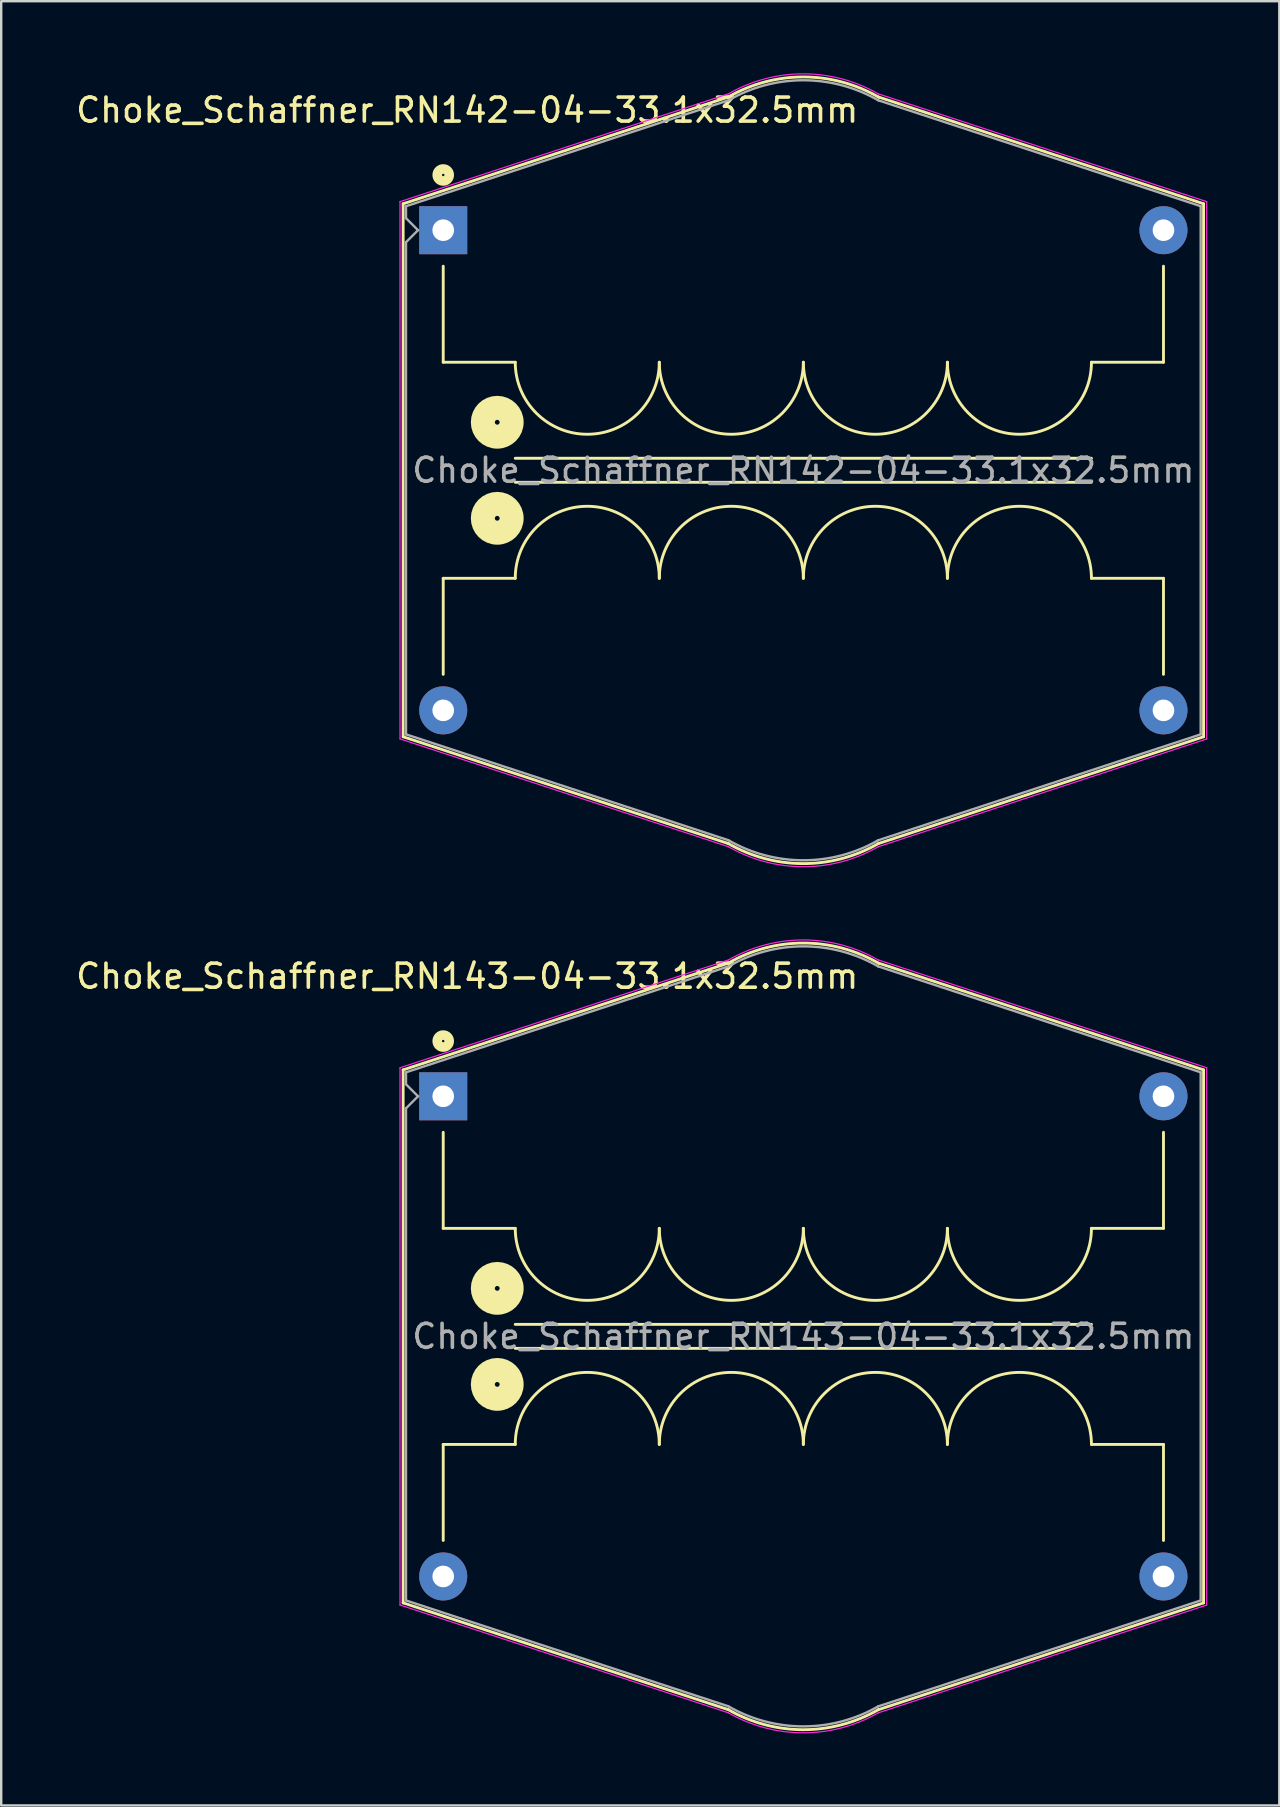
<source format=kicad_pcb>
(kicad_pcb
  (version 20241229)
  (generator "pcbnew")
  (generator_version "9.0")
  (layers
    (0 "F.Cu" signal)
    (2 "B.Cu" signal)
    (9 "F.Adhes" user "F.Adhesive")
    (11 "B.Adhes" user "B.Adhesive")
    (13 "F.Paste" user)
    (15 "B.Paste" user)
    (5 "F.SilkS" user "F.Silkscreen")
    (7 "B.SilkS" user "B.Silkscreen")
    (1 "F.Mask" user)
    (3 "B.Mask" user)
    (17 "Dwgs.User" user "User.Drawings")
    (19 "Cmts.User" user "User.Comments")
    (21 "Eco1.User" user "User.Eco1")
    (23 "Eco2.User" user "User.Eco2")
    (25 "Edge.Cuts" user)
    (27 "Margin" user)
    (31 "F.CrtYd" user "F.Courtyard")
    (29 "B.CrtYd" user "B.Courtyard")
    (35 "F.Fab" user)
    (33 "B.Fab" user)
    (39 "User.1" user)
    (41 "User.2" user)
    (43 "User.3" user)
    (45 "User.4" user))
  (footprint "Choke_Schaffner_RN142-04-33.1x32.5mm"
    (layer "F.Cu")
    (at 15.411 6.538)
    (property "Reference" "Choke_Schaffner_RN142-04-33.1x32.5mm" (at 1 -5 0) (layer "F.SilkS") (effects (font (size 1 1) (thickness 0.15))))
    (attr through_hole)
    (fp_line (start -1.67 -1.1) (end 11.88 -5.55) (stroke (width 0.12) (type solid)) (layer "F.SilkS"))
    (fp_line (start -1.67 21.1) (end -1.67 -1.1) (stroke (width 0.12) (type solid)) (layer "F.SilkS"))
    (fp_line (start 0 5.5) (end 0 1.5) (stroke (width 0.12) (type solid)) (layer "F.SilkS"))
    (fp_line (start 0 14.5) (end 0 18.5) (stroke (width 0.12) (type solid)) (layer "F.SilkS"))
    (fp_line (start 3 5.5) (end 0 5.5) (stroke (width 0.12) (type solid)) (layer "F.SilkS"))
    (fp_line (start 3 9.5) (end 27 9.5) (stroke (width 0.12) (type solid)) (layer "F.SilkS"))
    (fp_line (start 3 14.5) (end 0 14.5) (stroke (width 0.12) (type solid)) (layer "F.SilkS"))
    (fp_line (start 11.88 25.55) (end -1.67 21.1) (stroke (width 0.12) (type solid)) (layer "F.SilkS"))
    (fp_line (start 18.12 -5.55) (end 31.67 -1.1) (stroke (width 0.12) (type solid)) (layer "F.SilkS"))
    (fp_line (start 27 5.5) (end 30 5.5) (stroke (width 0.12) (type solid)) (layer "F.SilkS"))
    (fp_line (start 27 10.5) (end 3 10.5) (stroke (width 0.12) (type solid)) (layer "F.SilkS"))
    (fp_line (start 27 14.5) (end 30 14.5) (stroke (width 0.12) (type solid)) (layer "F.SilkS"))
    (fp_line (start 30 5.5) (end 30 1.5) (stroke (width 0.12) (type solid)) (layer "F.SilkS"))
    (fp_line (start 30 14.5) (end 30 18.5) (stroke (width 0.12) (type solid)) (layer "F.SilkS"))
    (fp_line (start 31.67 -1.1) (end 31.67 21.1) (stroke (width 0.12) (type solid)) (layer "F.SilkS"))
    (fp_line (start 31.67 21.1) (end 18.12 25.55) (stroke (width 0.12) (type solid)) (layer "F.SilkS"))
    (fp_arc (start 3 14.5) (mid 6 11.5) (end 9 14.5) (stroke (width 0.12) (type solid)) (layer "F.SilkS"))
    (fp_arc (start 9 5.5) (mid 6 8.5) (end 3 5.5) (stroke (width 0.12) (type solid)) (layer "F.SilkS"))
    (fp_arc (start 9 14.5) (mid 12 11.5) (end 15 14.5) (stroke (width 0.12) (type solid)) (layer "F.SilkS"))
    (fp_arc (start 11.88 -5.55) (mid 15.013001 -6.382518) (end 18.142518 -5.536999) (stroke (width 0.12) (type solid)) (layer "F.SilkS"))
    (fp_arc (start 15 5.5) (mid 12 8.5) (end 9 5.5) (stroke (width 0.12) (type solid)) (layer "F.SilkS"))
    (fp_arc (start 15 14.5) (mid 18 11.5) (end 21 14.5) (stroke (width 0.12) (type solid)) (layer "F.SilkS"))
    (fp_arc (start 18.12 25.55) (mid 14.986999 26.382518) (end 11.857482 25.536999) (stroke (width 0.12) (type solid)) (layer "F.SilkS"))
    (fp_arc (start 21 5.5) (mid 18 8.5) (end 15 5.5) (stroke (width 0.12) (type solid)) (layer "F.SilkS"))
    (fp_arc (start 21 14.5) (mid 24 11.5) (end 27 14.5) (stroke (width 0.12) (type solid)) (layer "F.SilkS"))
    (fp_arc (start 27 5.5) (mid 24 8.5) (end 21 5.5) (stroke (width 0.12) (type solid)) (layer "F.SilkS"))
    (fp_circle (center 0 -2.3) (end 0.05 -2.3) (stroke (width 0.4) (type solid)) (fill no) (layer "F.SilkS"))
    (fp_circle (center 2.25 8) (end 2.35 8) (stroke (width 1) (type solid)) (fill no) (layer "F.SilkS"))
    (fp_circle (center 2.25 12) (end 2.35 12) (stroke (width 1) (type solid)) (fill no) (layer "F.SilkS"))
    (fp_line (start -1.8 -1.19) (end 11.88 -5.68) (stroke (width 0.05) (type solid)) (layer "F.CrtYd"))
    (fp_line (start -1.8 21.19) (end -1.8 -1.19) (stroke (width 0.05) (type solid)) (layer "F.CrtYd"))
    (fp_line (start 11.88 25.68) (end -1.8 21.19) (stroke (width 0.05) (type solid)) (layer "F.CrtYd"))
    (fp_line (start 18.12 -5.68) (end 31.8 -1.19) (stroke (width 0.05) (type solid)) (layer "F.CrtYd"))
    (fp_line (start 31.8 -1.19) (end 31.8 21.19) (stroke (width 0.05) (type solid)) (layer "F.CrtYd"))
    (fp_line (start 31.8 21.19) (end 18.12 25.68) (stroke (width 0.05) (type solid)) (layer "F.CrtYd"))
    (fp_arc (start 11.88 -5.68) (mid 15.013001 -6.512518) (end 18.142518 -5.666999) (stroke (width 0.05) (type solid)) (layer "F.CrtYd"))
    (fp_arc (start 18.12 25.68) (mid 14.986999 26.512518) (end 11.857482 25.666999) (stroke (width 0.05) (type solid)) (layer "F.CrtYd"))
    (fp_line (start -1.55 -1) (end 11.88 -5.41) (stroke (width 0.1) (type solid)) (layer "F.Fab"))
    (fp_line (start -1.55 -0.5) (end -1.55 -1) (stroke (width 0.1) (type solid)) (layer "F.Fab"))
    (fp_line (start -1.55 0.5) (end -1.05 0) (stroke (width 0.1) (type solid)) (layer "F.Fab"))
    (fp_line (start -1.55 21) (end -1.55 0.5) (stroke (width 0.1) (type solid)) (layer "F.Fab"))
    (fp_line (start -1.05 0) (end -1.55 -0.5) (stroke (width 0.1) (type solid)) (layer "F.Fab"))
    (fp_line (start 11.88 25.41) (end -1.55 21) (stroke (width 0.1) (type solid)) (layer "F.Fab"))
    (fp_line (start 18.12 -5.41) (end 31.55 -1) (stroke (width 0.1) (type solid)) (layer "F.Fab"))
    (fp_line (start 31.55 -1) (end 31.55 21) (stroke (width 0.1) (type solid)) (layer "F.Fab"))
    (fp_line (start 31.55 21) (end 18.12 25.41) (stroke (width 0.1) (type solid)) (layer "F.Fab"))
    (fp_arc (start 11.88 -5.41) (mid 15.003001 -6.245197) (end 18.125197 -5.406999) (stroke (width 0.1) (type solid)) (layer "F.Fab"))
    (fp_arc (start 18.12 25.41) (mid 14.996999 26.245197) (end 11.874803 25.406999) (stroke (width 0.1) (type solid)) (layer "F.Fab"))
    (fp_text user "${REFERENCE}" (at 15 10 0) (layer "F.Fab") (effects (font (size 1 1) (thickness 0.15))))
    (pad "1" thru_hole rect (at 0 0) (size 2 2) (drill 0.9) (layers "*.Cu" "*.Mask"))
    (pad "2" thru_hole circle (at 30 0) (size 2 2) (drill 0.9) (layers "*.Cu" "*.Mask"))
    (pad "3" thru_hole circle (at 0 20) (size 2 2) (drill 0.9) (layers "*.Cu" "*.Mask"))
    (pad "4" thru_hole circle (at 30 20) (size 2 2) (drill 0.9) (layers "*.Cu" "*.Mask")))
  (footprint "Choke_Schaffner_RN143-04-33.1x32.5mm"
    (layer "F.Cu")
    (at 15.411 42.613)
    (property "Reference" "Choke_Schaffner_RN143-04-33.1x32.5mm" (at 1 -5 0) (layer "F.SilkS") (effects (font (size 1 1) (thickness 0.15))))
    (attr through_hole)
    (fp_line (start -1.67 -1.1) (end 11.88 -5.55) (stroke (width 0.12) (type solid)) (layer "F.SilkS"))
    (fp_line (start -1.67 21.1) (end -1.67 -1.1) (stroke (width 0.12) (type solid)) (layer "F.SilkS"))
    (fp_line (start 0 5.5) (end 0 1.5) (stroke (width 0.12) (type solid)) (layer "F.SilkS"))
    (fp_line (start 0 14.5) (end 0 18.5) (stroke (width 0.12) (type solid)) (layer "F.SilkS"))
    (fp_line (start 3 5.5) (end 0 5.5) (stroke (width 0.12) (type solid)) (layer "F.SilkS"))
    (fp_line (start 3 9.5) (end 27 9.5) (stroke (width 0.12) (type solid)) (layer "F.SilkS"))
    (fp_line (start 3 14.5) (end 0 14.5) (stroke (width 0.12) (type solid)) (layer "F.SilkS"))
    (fp_line (start 11.88 25.55) (end -1.67 21.1) (stroke (width 0.12) (type solid)) (layer "F.SilkS"))
    (fp_line (start 18.12 -5.55) (end 31.67 -1.1) (stroke (width 0.12) (type solid)) (layer "F.SilkS"))
    (fp_line (start 27 5.5) (end 30 5.5) (stroke (width 0.12) (type solid)) (layer "F.SilkS"))
    (fp_line (start 27 10.5) (end 3 10.5) (stroke (width 0.12) (type solid)) (layer "F.SilkS"))
    (fp_line (start 27 14.5) (end 30 14.5) (stroke (width 0.12) (type solid)) (layer "F.SilkS"))
    (fp_line (start 30 5.5) (end 30 1.5) (stroke (width 0.12) (type solid)) (layer "F.SilkS"))
    (fp_line (start 30 14.5) (end 30 18.5) (stroke (width 0.12) (type solid)) (layer "F.SilkS"))
    (fp_line (start 31.67 -1.1) (end 31.67 21.1) (stroke (width 0.12) (type solid)) (layer "F.SilkS"))
    (fp_line (start 31.67 21.1) (end 18.12 25.55) (stroke (width 0.12) (type solid)) (layer "F.SilkS"))
    (fp_arc (start 3 14.5) (mid 6 11.5) (end 9 14.5) (stroke (width 0.12) (type solid)) (layer "F.SilkS"))
    (fp_arc (start 9 5.5) (mid 6 8.5) (end 3 5.5) (stroke (width 0.12) (type solid)) (layer "F.SilkS"))
    (fp_arc (start 9 14.5) (mid 12 11.5) (end 15 14.5) (stroke (width 0.12) (type solid)) (layer "F.SilkS"))
    (fp_arc (start 11.88 -5.55) (mid 15.013001 -6.382518) (end 18.142518 -5.536999) (stroke (width 0.12) (type solid)) (layer "F.SilkS"))
    (fp_arc (start 15 5.5) (mid 12 8.5) (end 9 5.5) (stroke (width 0.12) (type solid)) (layer "F.SilkS"))
    (fp_arc (start 15 14.5) (mid 18 11.5) (end 21 14.5) (stroke (width 0.12) (type solid)) (layer "F.SilkS"))
    (fp_arc (start 18.12 25.55) (mid 14.986999 26.382518) (end 11.857482 25.536999) (stroke (width 0.12) (type solid)) (layer "F.SilkS"))
    (fp_arc (start 21 5.5) (mid 18 8.5) (end 15 5.5) (stroke (width 0.12) (type solid)) (layer "F.SilkS"))
    (fp_arc (start 21 14.5) (mid 24 11.5) (end 27 14.5) (stroke (width 0.12) (type solid)) (layer "F.SilkS"))
    (fp_arc (start 27 5.5) (mid 24 8.5) (end 21 5.5) (stroke (width 0.12) (type solid)) (layer "F.SilkS"))
    (fp_circle (center 0 -2.3) (end 0.05 -2.3) (stroke (width 0.4) (type solid)) (fill no) (layer "F.SilkS"))
    (fp_circle (center 2.25 8) (end 2.35 8) (stroke (width 1) (type solid)) (fill no) (layer "F.SilkS"))
    (fp_circle (center 2.25 12) (end 2.35 12) (stroke (width 1) (type solid)) (fill no) (layer "F.SilkS"))
    (fp_line (start -1.8 -1.19) (end 11.88 -5.68) (stroke (width 0.05) (type solid)) (layer "F.CrtYd"))
    (fp_line (start -1.8 21.19) (end -1.8 -1.19) (stroke (width 0.05) (type solid)) (layer "F.CrtYd"))
    (fp_line (start 11.88 25.68) (end -1.8 21.19) (stroke (width 0.05) (type solid)) (layer "F.CrtYd"))
    (fp_line (start 18.12 -5.68) (end 31.8 -1.19) (stroke (width 0.05) (type solid)) (layer "F.CrtYd"))
    (fp_line (start 31.8 -1.19) (end 31.8 21.19) (stroke (width 0.05) (type solid)) (layer "F.CrtYd"))
    (fp_line (start 31.8 21.19) (end 18.12 25.68) (stroke (width 0.05) (type solid)) (layer "F.CrtYd"))
    (fp_arc (start 11.88 -5.68) (mid 15.013001 -6.512518) (end 18.142518 -5.666999) (stroke (width 0.05) (type solid)) (layer "F.CrtYd"))
    (fp_arc (start 18.12 25.68) (mid 14.986999 26.512518) (end 11.857482 25.666999) (stroke (width 0.05) (type solid)) (layer "F.CrtYd"))
    (fp_line (start -1.55 -1) (end 11.88 -5.41) (stroke (width 0.1) (type solid)) (layer "F.Fab"))
    (fp_line (start -1.55 -0.5) (end -1.55 -1) (stroke (width 0.1) (type solid)) (layer "F.Fab"))
    (fp_line (start -1.55 0.5) (end -1.05 0) (stroke (width 0.1) (type solid)) (layer "F.Fab"))
    (fp_line (start -1.55 21) (end -1.55 0.5) (stroke (width 0.1) (type solid)) (layer "F.Fab"))
    (fp_line (start -1.05 0) (end -1.55 -0.5) (stroke (width 0.1) (type solid)) (layer "F.Fab"))
    (fp_line (start 11.88 25.41) (end -1.55 21) (stroke (width 0.1) (type solid)) (layer "F.Fab"))
    (fp_line (start 18.12 -5.41) (end 31.55 -1) (stroke (width 0.1) (type solid)) (layer "F.Fab"))
    (fp_line (start 31.55 -1) (end 31.55 21) (stroke (width 0.1) (type solid)) (layer "F.Fab"))
    (fp_line (start 31.55 21) (end 18.12 25.41) (stroke (width 0.1) (type solid)) (layer "F.Fab"))
    (fp_arc (start 11.88 -5.41) (mid 15.003001 -6.245197) (end 18.125197 -5.406999) (stroke (width 0.1) (type solid)) (layer "F.Fab"))
    (fp_arc (start 18.12 25.41) (mid 14.996999 26.245197) (end 11.874803 25.406999) (stroke (width 0.1) (type solid)) (layer "F.Fab"))
    (fp_text user "${REFERENCE}" (at 15 10 0) (layer "F.Fab") (effects (font (size 1 1) (thickness 0.15))))
    (pad "1" thru_hole rect (at 0 0) (size 2 2) (drill 0.9) (layers "*.Cu" "*.Mask"))
    (pad "2" thru_hole circle (at 30 0) (size 2 2) (drill 0.9) (layers "*.Cu" "*.Mask"))
    (pad "3" thru_hole circle (at 0 20) (size 2 2) (drill 0.9) (layers "*.Cu" "*.Mask"))
    (pad "4" thru_hole circle (at 30 20) (size 2 2) (drill 0.9) (layers "*.Cu" "*.Mask")))
  (gr_rect
    (start -3 -3)
    (end 50.236 72.15)
    (stroke (width 0.1) (type default))
    (fill no)
    (layer "Edge.Cuts")))
</source>
